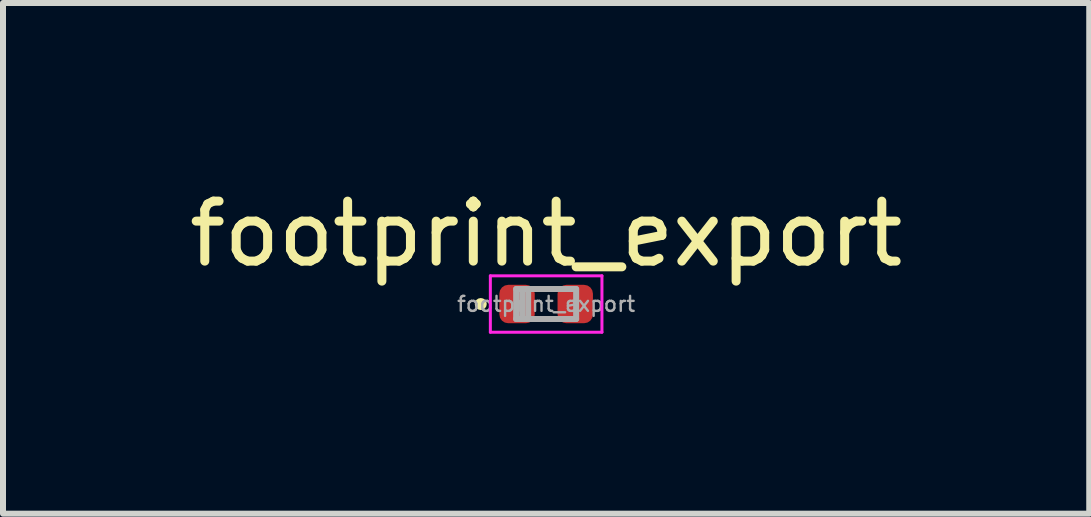
<source format=kicad_pcb>
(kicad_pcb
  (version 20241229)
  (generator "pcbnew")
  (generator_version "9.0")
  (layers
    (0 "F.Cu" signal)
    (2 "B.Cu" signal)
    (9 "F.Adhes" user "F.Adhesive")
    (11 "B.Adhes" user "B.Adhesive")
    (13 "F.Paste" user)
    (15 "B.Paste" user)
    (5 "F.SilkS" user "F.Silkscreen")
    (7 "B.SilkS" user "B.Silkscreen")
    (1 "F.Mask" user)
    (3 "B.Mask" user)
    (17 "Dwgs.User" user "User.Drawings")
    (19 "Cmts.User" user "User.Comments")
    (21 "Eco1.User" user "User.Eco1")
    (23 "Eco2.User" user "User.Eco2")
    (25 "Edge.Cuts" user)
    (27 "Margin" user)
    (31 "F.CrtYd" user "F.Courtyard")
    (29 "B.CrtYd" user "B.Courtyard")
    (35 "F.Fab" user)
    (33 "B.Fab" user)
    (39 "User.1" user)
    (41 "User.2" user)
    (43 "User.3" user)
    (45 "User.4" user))
  (footprint "footprint_export"
    (layer "F.Cu")
    (at 6.054 2.018)
    (property "Reference" "footprint_export" (at 0 -1.17 0) (layer "F.SilkS") (effects (font (size 1 1) (thickness 0.15))))
    (attr smd)
    (fp_circle (center -1.09 0) (end -1.04 0) (stroke (width 0.1) (type solid)) (fill no) (layer "F.SilkS"))
    (fp_line (start -0.93 -0.47) (end 0.93 -0.47) (stroke (width 0.05) (type solid)) (layer "F.CrtYd"))
    (fp_line (start -0.93 0.47) (end -0.93 -0.47) (stroke (width 0.05) (type solid)) (layer "F.CrtYd"))
    (fp_line (start 0.93 -0.47) (end 0.93 0.47) (stroke (width 0.05) (type solid)) (layer "F.CrtYd"))
    (fp_line (start 0.93 0.47) (end -0.93 0.47) (stroke (width 0.05) (type solid)) (layer "F.CrtYd"))
    (fp_line (start -0.5 -0.25) (end 0.5 -0.25) (stroke (width 0.1) (type solid)) (layer "F.Fab"))
    (fp_line (start -0.5 0.25) (end -0.5 -0.25) (stroke (width 0.1) (type solid)) (layer "F.Fab"))
    (fp_line (start -0.4 0.25) (end -0.4 -0.25) (stroke (width 0.1) (type solid)) (layer "F.Fab"))
    (fp_line (start -0.3 0.25) (end -0.3 -0.25) (stroke (width 0.1) (type solid)) (layer "F.Fab"))
    (fp_line (start 0.5 -0.25) (end 0.5 0.25) (stroke (width 0.1) (type solid)) (layer "F.Fab"))
    (fp_line (start 0.5 0.25) (end -0.5 0.25) (stroke (width 0.1) (type solid)) (layer "F.Fab"))
    (fp_text user "${REFERENCE}" (at 0 0 0) (layer "F.Fab") (effects (font (size 0.25 0.25) (thickness 0.04))))
    (pad "1" smd roundrect (at -0.485 0) (size 0.59 0.64) (layers "F.Cu" "F.Mask" "F.Paste") (roundrect_rratio 0.25))
    (pad "2" smd roundrect (at 0.485 0) (size 0.59 0.64) (layers "F.Cu" "F.Mask" "F.Paste") (roundrect_rratio 0.25)))
  (gr_rect
    (start -3 -3)
    (end 15.107 5.513)
    (stroke (width 0.1) (type default))
    (fill no)
    (layer "Edge.Cuts")))
</source>
